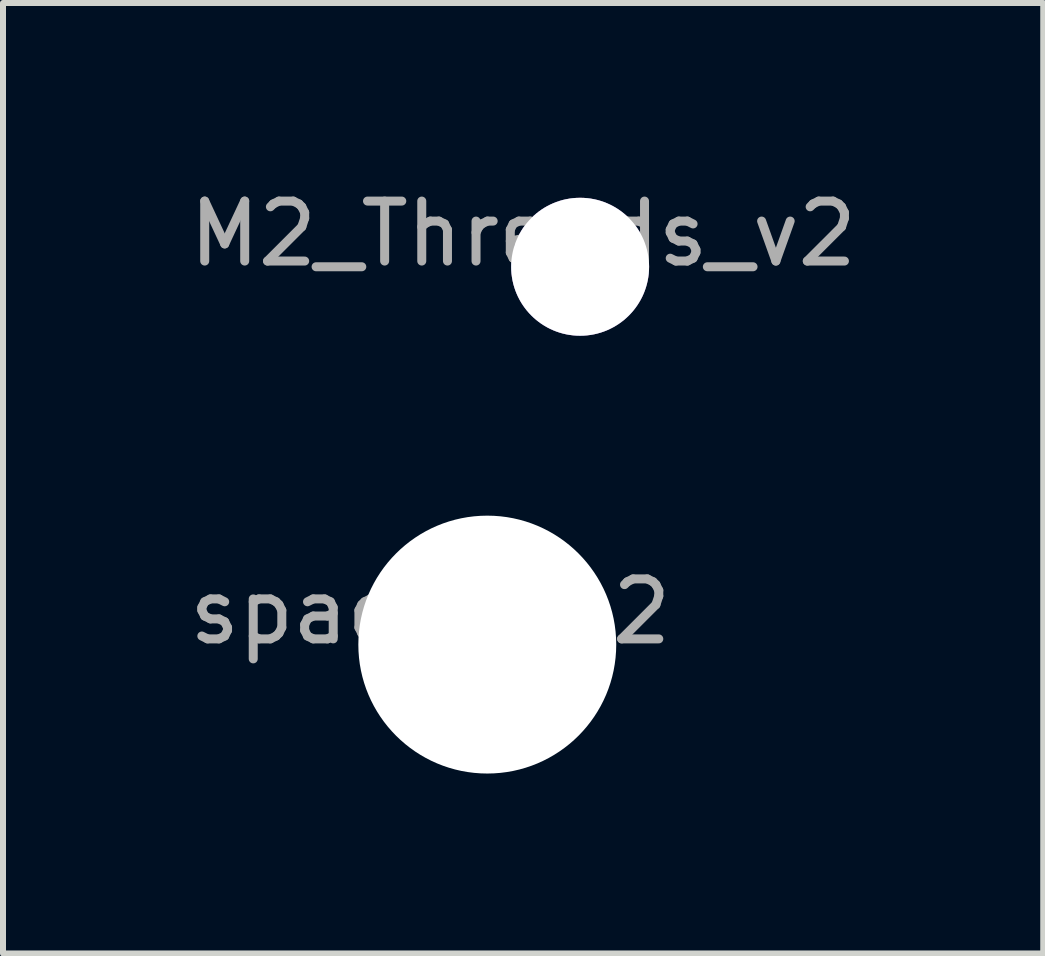
<source format=kicad_pcb>
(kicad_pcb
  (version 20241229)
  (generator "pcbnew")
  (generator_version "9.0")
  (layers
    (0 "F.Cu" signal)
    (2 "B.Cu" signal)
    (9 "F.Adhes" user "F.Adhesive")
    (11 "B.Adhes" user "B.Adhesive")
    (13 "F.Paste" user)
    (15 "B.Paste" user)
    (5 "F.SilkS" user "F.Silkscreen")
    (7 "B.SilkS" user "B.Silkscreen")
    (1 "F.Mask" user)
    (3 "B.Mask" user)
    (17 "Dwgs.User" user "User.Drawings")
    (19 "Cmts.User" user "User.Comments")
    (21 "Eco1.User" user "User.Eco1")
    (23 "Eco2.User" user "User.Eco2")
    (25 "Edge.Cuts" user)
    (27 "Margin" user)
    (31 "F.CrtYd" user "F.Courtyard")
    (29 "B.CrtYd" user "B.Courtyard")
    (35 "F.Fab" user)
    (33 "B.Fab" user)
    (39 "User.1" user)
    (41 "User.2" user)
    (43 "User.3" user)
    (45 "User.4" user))
  (footprint "M2_Threads_v2"
    (layer "F.Cu")
    (at 6.623 1.398)
    (property "Reference" "M2_Threads_v2" (at -0.95 -0.55 0) (layer "F.Fab") (effects (font (size 1 1) (thickness 0.15))))
    (attr exclude_from_pos_files exclude_from_bom)
    (pad "" thru_hole circle (at 0 0) (size 2.3 2.3) (drill 2.3) (layers "*.Cu" "*.Mask")))
  (footprint "spacer_m2"
    (layer "F.Cu")
    (at 5.075 7.698)
    (property "Reference" "spacer_m2" (at -0.95 -0.55 0) (layer "F.Fab") (effects (font (size 1 1) (thickness 0.15))))
    (attr exclude_from_pos_files exclude_from_bom)
    (pad "" np_thru_hole circle (at 0 0) (size 4.3 4.3) (drill 4.3) (layers "*.Cu" "*.Mask")))
  (gr_rect
    (start -3 -3)
    (end 14.345 12.848)
    (stroke (width 0.1) (type default))
    (fill no)
    (layer "Edge.Cuts")))
</source>
